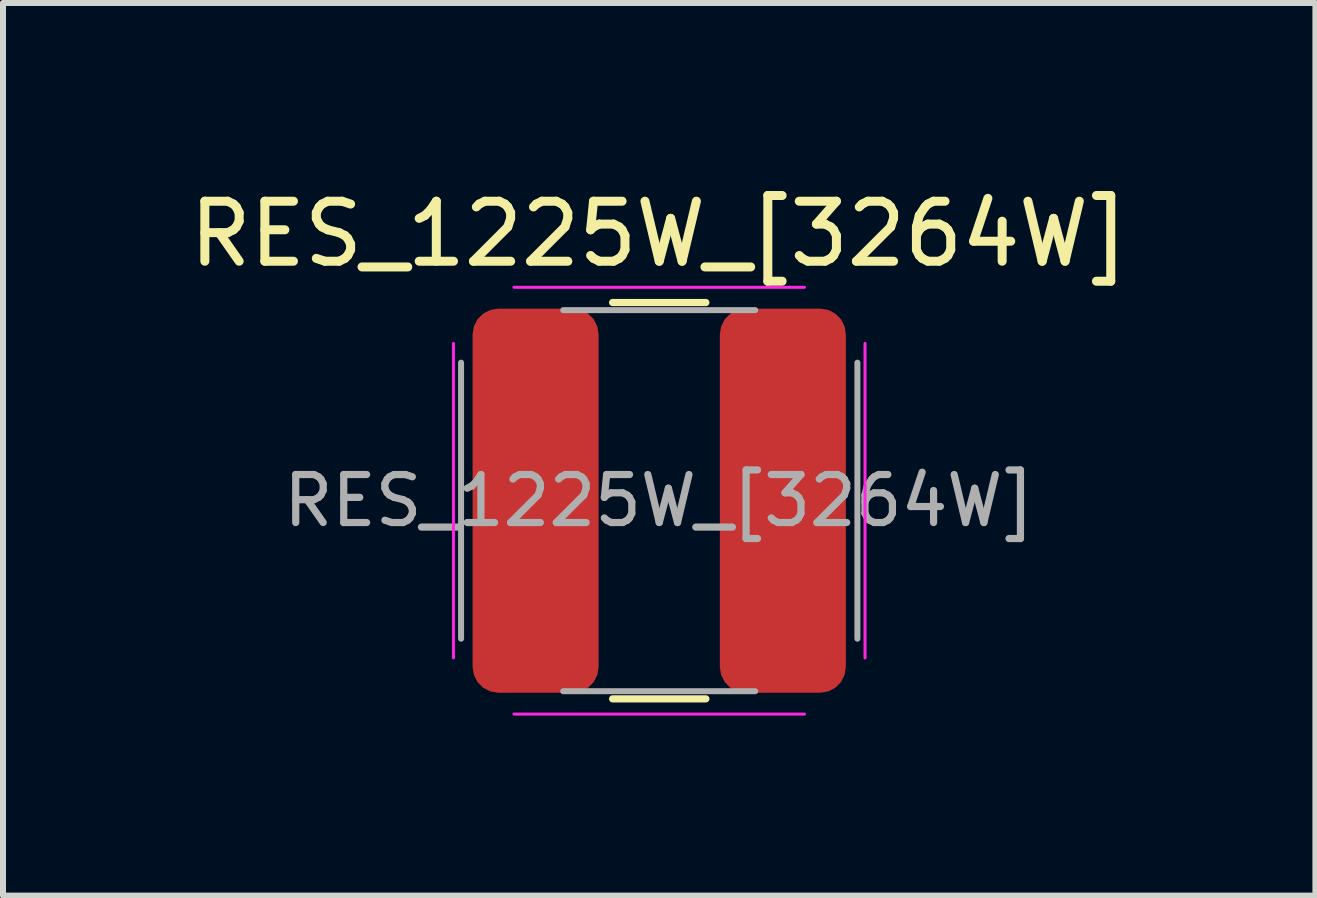
<source format=kicad_pcb>
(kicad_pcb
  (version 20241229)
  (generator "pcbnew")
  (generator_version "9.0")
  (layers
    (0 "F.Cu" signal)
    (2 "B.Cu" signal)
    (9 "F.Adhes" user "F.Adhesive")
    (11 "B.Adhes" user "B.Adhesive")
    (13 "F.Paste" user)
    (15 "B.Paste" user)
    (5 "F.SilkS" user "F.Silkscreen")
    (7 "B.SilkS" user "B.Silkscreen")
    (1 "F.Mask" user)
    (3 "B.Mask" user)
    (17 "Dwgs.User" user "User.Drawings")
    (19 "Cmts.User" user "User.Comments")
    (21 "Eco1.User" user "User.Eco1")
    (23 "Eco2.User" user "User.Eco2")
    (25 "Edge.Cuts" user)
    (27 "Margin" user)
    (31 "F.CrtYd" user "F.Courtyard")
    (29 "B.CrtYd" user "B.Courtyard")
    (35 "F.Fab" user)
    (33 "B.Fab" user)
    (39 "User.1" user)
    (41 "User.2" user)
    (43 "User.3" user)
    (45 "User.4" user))
  (footprint "RES_1225W_[3264W]"
    (layer "F.Cu")
    (at 7.935 5.293)
    (property "Reference" "RES_1225W_[3264W]" (at 0 -4.445 0) (layer "F.SilkS") (effects (font (size 1 1) (thickness 0.15))))
    (attr smd)
    (fp_line (start -0.777 -3.302) (end 0.777 -3.302) (stroke (width 0.12) (type solid)) (layer "F.SilkS"))
    (fp_line (start -0.777 3.302) (end 0.777 3.302) (stroke (width 0.12) (type solid)) (layer "F.SilkS"))
    (fp_line (start -3.429 2.62) (end -3.429 -2.62) (stroke (width 0.05) (type solid)) (layer "F.CrtYd"))
    (fp_line (start -2.42 -3.556) (end 2.42 -3.556) (stroke (width 0.05) (type solid)) (layer "F.CrtYd"))
    (fp_line (start 2.42 3.556) (end -2.42 3.556) (stroke (width 0.05) (type solid)) (layer "F.CrtYd"))
    (fp_line (start 3.429 -2.62) (end 3.429 2.62) (stroke (width 0.05) (type solid)) (layer "F.CrtYd"))
    (fp_line (start -3.302 2.3) (end -3.302 -2.3) (stroke (width 0.1) (type solid)) (layer "F.Fab"))
    (fp_line (start -1.6 -3.175) (end 1.6 -3.175) (stroke (width 0.1) (type solid)) (layer "F.Fab"))
    (fp_line (start 1.6 3.175) (end -1.6 3.175) (stroke (width 0.1) (type solid)) (layer "F.Fab"))
    (fp_line (start 3.302 -2.3) (end 3.302 2.3) (stroke (width 0.1) (type solid)) (layer "F.Fab"))
    (fp_text user "${REFERENCE}" (at 0 0 0) (layer "F.Fab") (effects (font (size 0.8 0.8) (thickness 0.12))))
    (pad "1" smd roundrect (at -2.06 0) (size 2.1 6.4) (layers "F.Cu" "F.Mask" "F.Paste") (roundrect_rratio 0.204))
    (pad "2" smd roundrect (at 2.06 0) (size 2.1 6.4) (layers "F.Cu" "F.Mask" "F.Paste") (roundrect_rratio 0.204)))
  (gr_rect
    (start -3 -3)
    (end 18.869 11.874)
    (stroke (width 0.1) (type default))
    (fill no)
    (layer "Edge.Cuts")))
</source>
